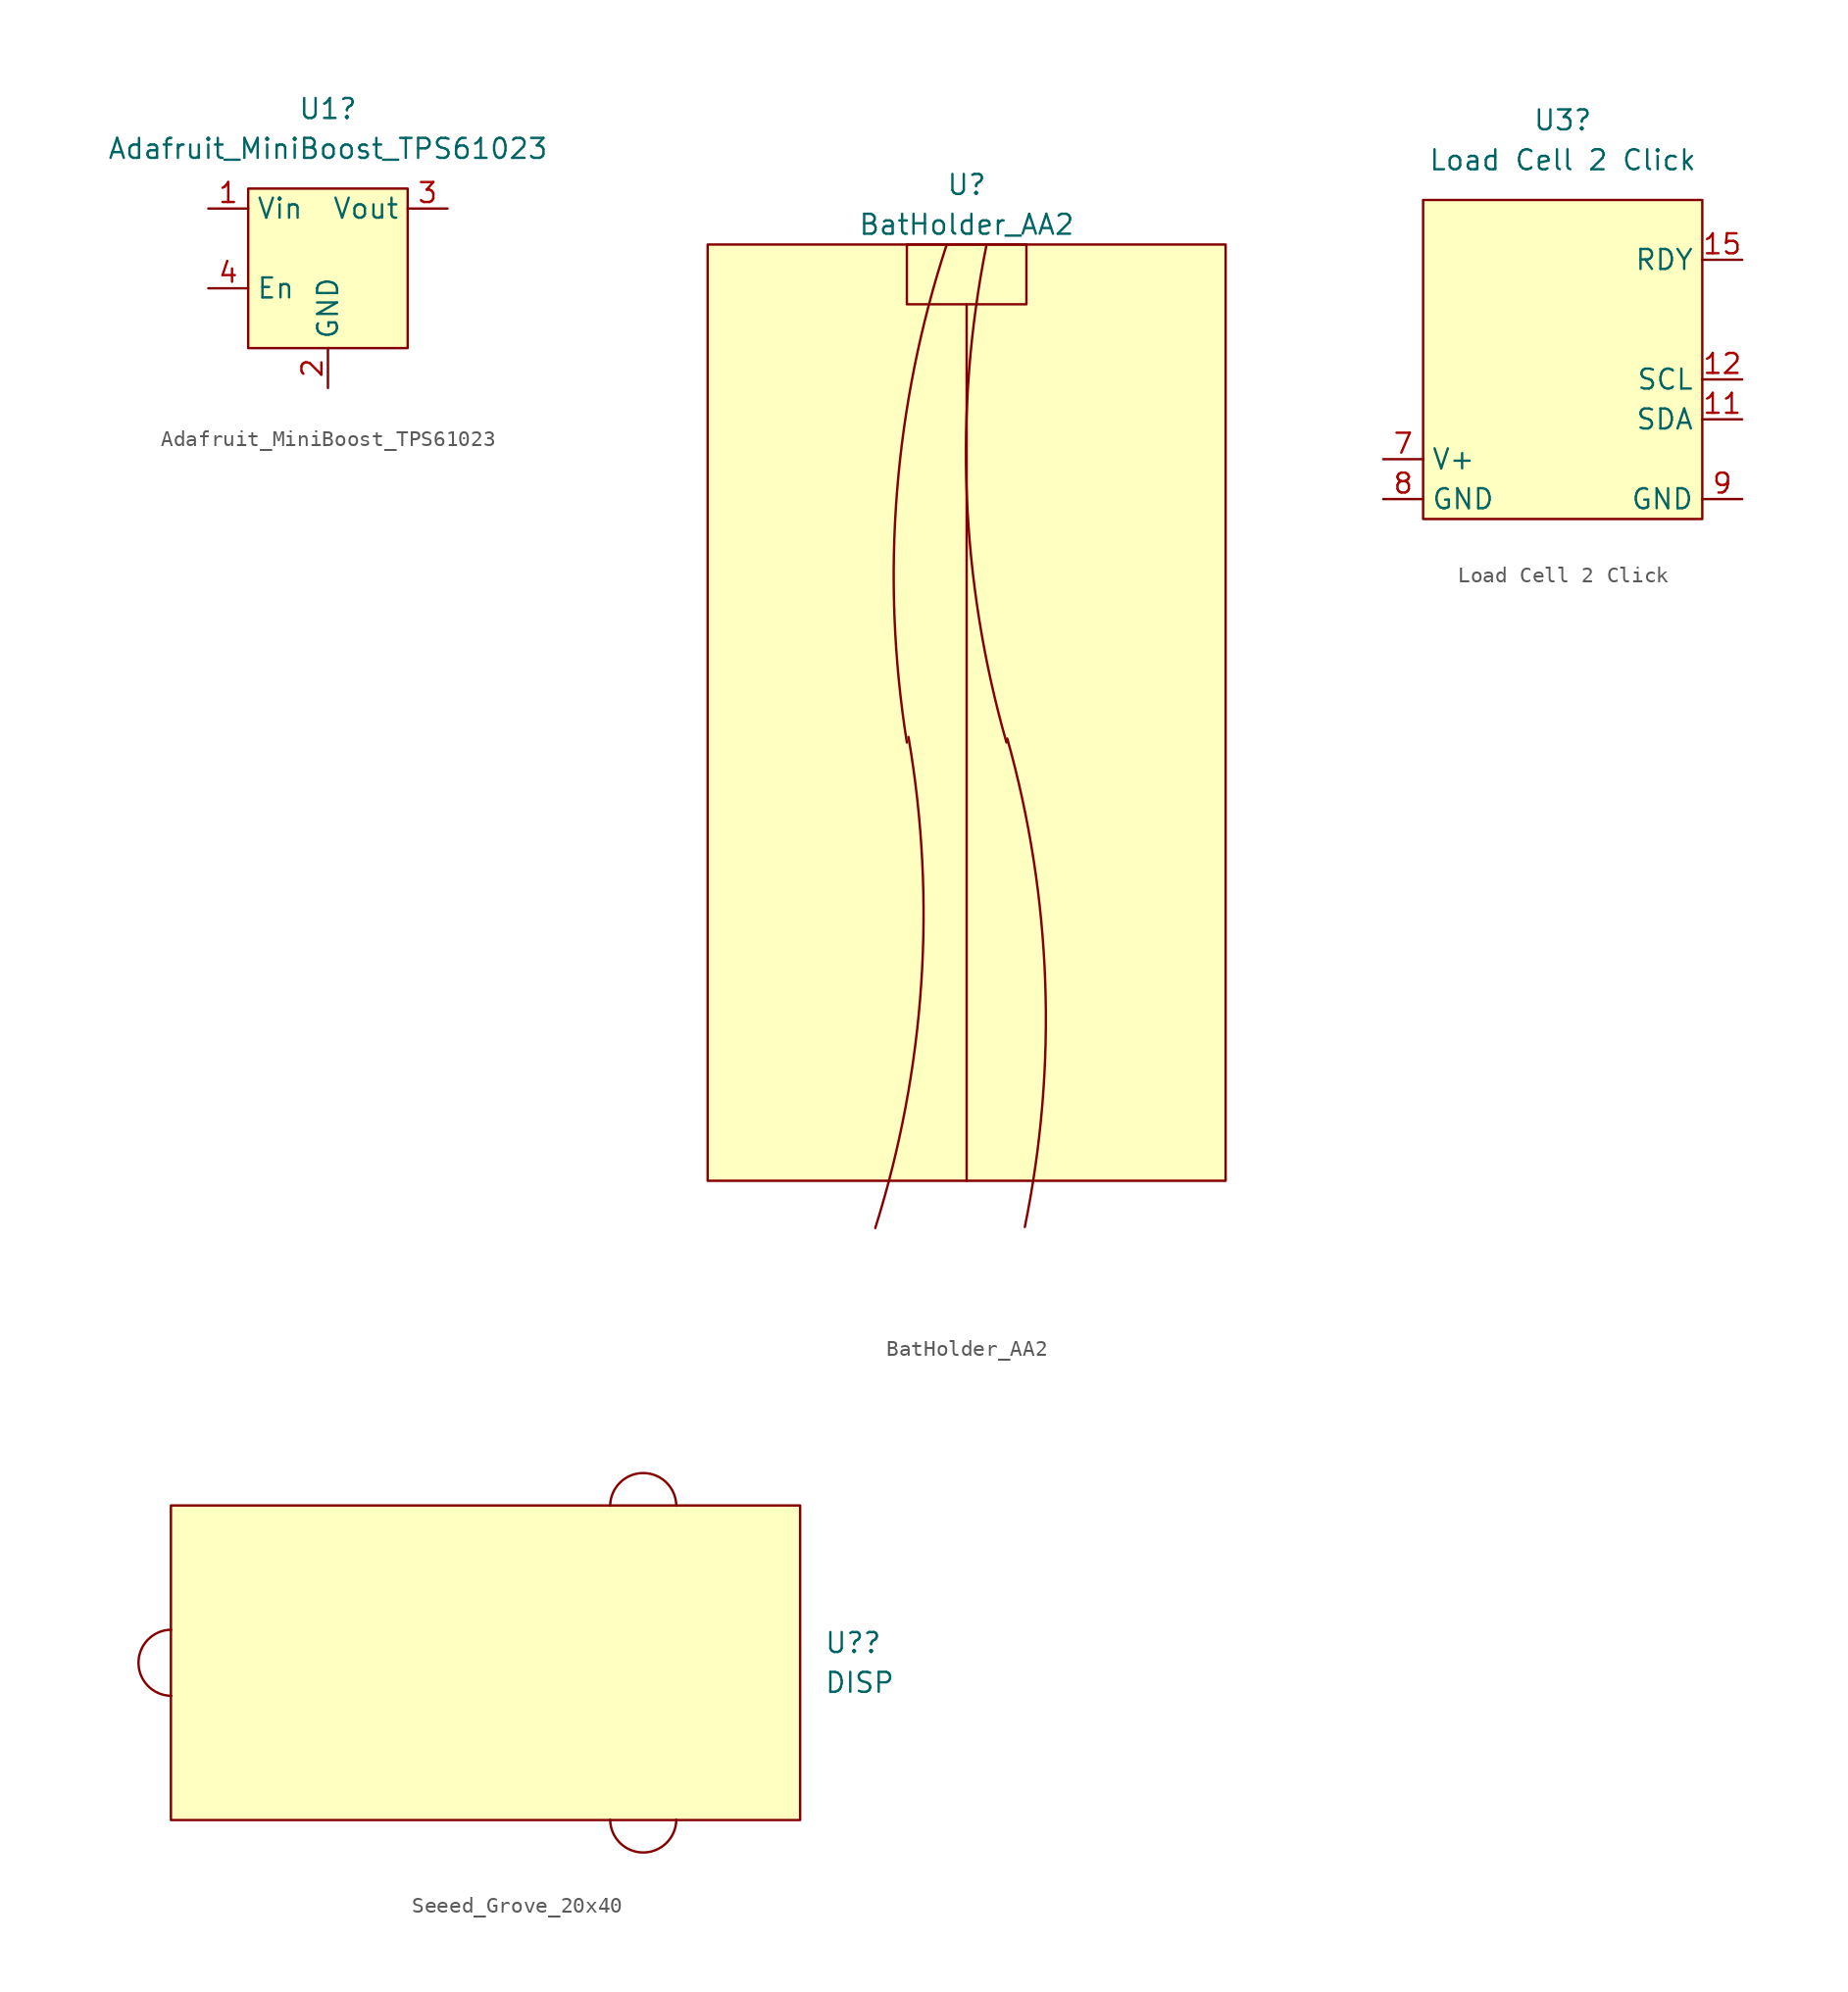
<source format=kicad_sym>
(kicad_symbol_lib
  (version 20211014)
  (generator kicad_symbol_editor)
  (symbol "Adafruit_MiniBoost_TPS61023"
    (property "Reference" "U1"
      (at 0 10.16 0)
      (effects (font (size 1.27 1.27))))
    (property "Value" "Adafruit_MiniBoost_TPS61023"
      (at 0 7.62 0)
      (effects (font (size 1.27 1.27))))
    (symbol "Adafruit_MiniBoost_TPS61023_0_0"
      (pin power_in line (at -7.62 3.81 0) (length 2.54) (name "Vin" (effects (font (size 1.27 1.27)))) (number "1" (effects (font (size 1.27 1.27)))))
      (pin power_in line (at 0 -7.62 90) (length 2.54) (name "GND" (effects (font (size 1.27 1.27)))) (number "2" (effects (font (size 1.27 1.27)))))
      (pin power_out line (at 7.62 3.81 180) (length 2.54) (name "Vout" (effects (font (size 1.27 1.27)))) (number "3" (effects (font (size 1.27 1.27)))))
      (pin input line (at -7.62 -1.27 0) (length 2.54) (name "En" (effects (font (size 1.27 1.27)))) (number "4" (effects (font (size 1.27 1.27))))))
    (symbol "Adafruit_MiniBoost_TPS61023_0_1"
      (rectangle (start -5.08 5.08) (end 5.08 -5.08) (stroke (width 0) (type default) (color 0 0 0 0)) (fill (type background)))))
  (symbol "BatHolder_AA2"
    (property "Reference" "U"
      (at 0 33.02 0)
      (effects (font (size 1.27 1.27))))
    (property "Value" "BatHolder_AA2"
      (at 0 30.48 0)
      (effects (font (size 1.27 1.27))))
    (symbol "BatHolder_AA2_0_1"
      (rectangle (start -16.51 29.21) (end 16.51 -30.48) (stroke (width 0) (type default) (color 0 0 0 0)) (fill (type background)))
      (arc (start -5.8256 -33.4938) (mid 126.3402 -26.7049) (end -3.7084 -2.1844) (stroke (width 0) (type default) (color 0 0 0 0)) (fill (type none)))
      (rectangle (start -3.81 29.21) (end 3.81 25.4) (stroke (width 0) (type default) (color 0 0 0 0)) (fill (type none)))
      (arc (start -1.27 29.21) (mid -135.4835 23.9705) (end -3.81 -2.54) (stroke (width 0) (type default) (color 0 0 0 0)) (fill (type none)))
      (polyline (pts (xy 0 25.4) (xy 0 -30.48)) (stroke (width 0) (type default) (color 0 0 0 0)) (fill (type none)))
      (arc (start 1.27 29.21) (mid -131.041 8.0172) (end 2.54 -2.54) (stroke (width 0) (type default) (color 0 0 0 0)) (fill (type none)))
      (arc (start 3.7084 -33.4264) (mid 133.5627 -13.1759) (end 2.5908 -2.286) (stroke (width 0) (type default) (color 0 0 0 0)) (fill (type none)))))
  (symbol "Load Cell 2 Click"
    (property "Reference" "U3"
      (at 0 15.24 0)
      (effects (font (size 1.27 1.27))))
    (property "Value" "Load Cell 2 Click"
      (at 0 12.7 0)
      (effects (font (size 1.27 1.27))))
    (symbol "Load Cell 2 Click_0_0"
      (pin bidirectional line (at 11.43 -3.81 180) (length 2.54) (name "SDA" (effects (font (size 1.27 1.27)))) (number "11" (effects (font (size 1.27 1.27)))))
      (pin bidirectional line (at 11.43 -1.27 180) (length 2.54) (name "SCL" (effects (font (size 1.27 1.27)))) (number "12" (effects (font (size 1.27 1.27)))))
      (pin output line (at 11.43 6.35 180) (length 2.54) (name "RDY" (effects (font (size 1.27 1.27)))) (number "15" (effects (font (size 1.27 1.27)))))
      (pin power_in line (at -11.43 -6.35 0) (length 2.54) (name "V+" (effects (font (size 1.27 1.27)))) (number "7" (effects (font (size 1.27 1.27)))))
      (pin power_in line (at -11.43 -8.89 0) (length 2.54) (name "GND" (effects (font (size 1.27 1.27)))) (number "8" (effects (font (size 1.27 1.27)))))
      (pin power_in line (at 11.43 -8.89 180) (length 2.54) (name "GND" (effects (font (size 1.27 1.27)))) (number "9" (effects (font (size 1.27 1.27))))))
    (symbol "Load Cell 2 Click_0_1"
      (rectangle (start -8.89 10.16) (end 8.89 -10.16) (stroke (width 0) (type default) (color 0 0 0 0)) (fill (type background)))))
  (symbol "Seeed_Grove_20x40"
    (property "Reference" "U?"
      (at 21.59 1.27 0)
      (effects (font (size 1.27 1.27)) (justify left)))
    (property "Value" "DISP"
      (at 21.59 -1.27 0)
      (effects (font (size 1.27 1.27)) (justify left)))
    (symbol "Seeed_Grove_20x40_0_1"
      (rectangle (start -20.066 10.033) (end 20.066 -10.033) (stroke (width 0) (type default) (color 0 0 0 0)) (fill (type background)))
      (arc (start -20.0455 2.1082) (mid -22.1743 0) (end -20.0455 -2.1082) (stroke (width 0) (type default) (color 0 0 0 0)) (fill (type none)))
      (arc (start 7.9502 -10.0125) (mid 10.0584 -12.1413) (end 12.1666 -10.0125) (stroke (width 0) (type default) (color 0 0 0 0)) (fill (type none)))
      (arc (start 12.1666 10.0125) (mid 10.0584 12.1413) (end 7.9502 10.0125) (stroke (width 0) (type default) (color 0 0 0 0)) (fill (type none))))))
</source>
